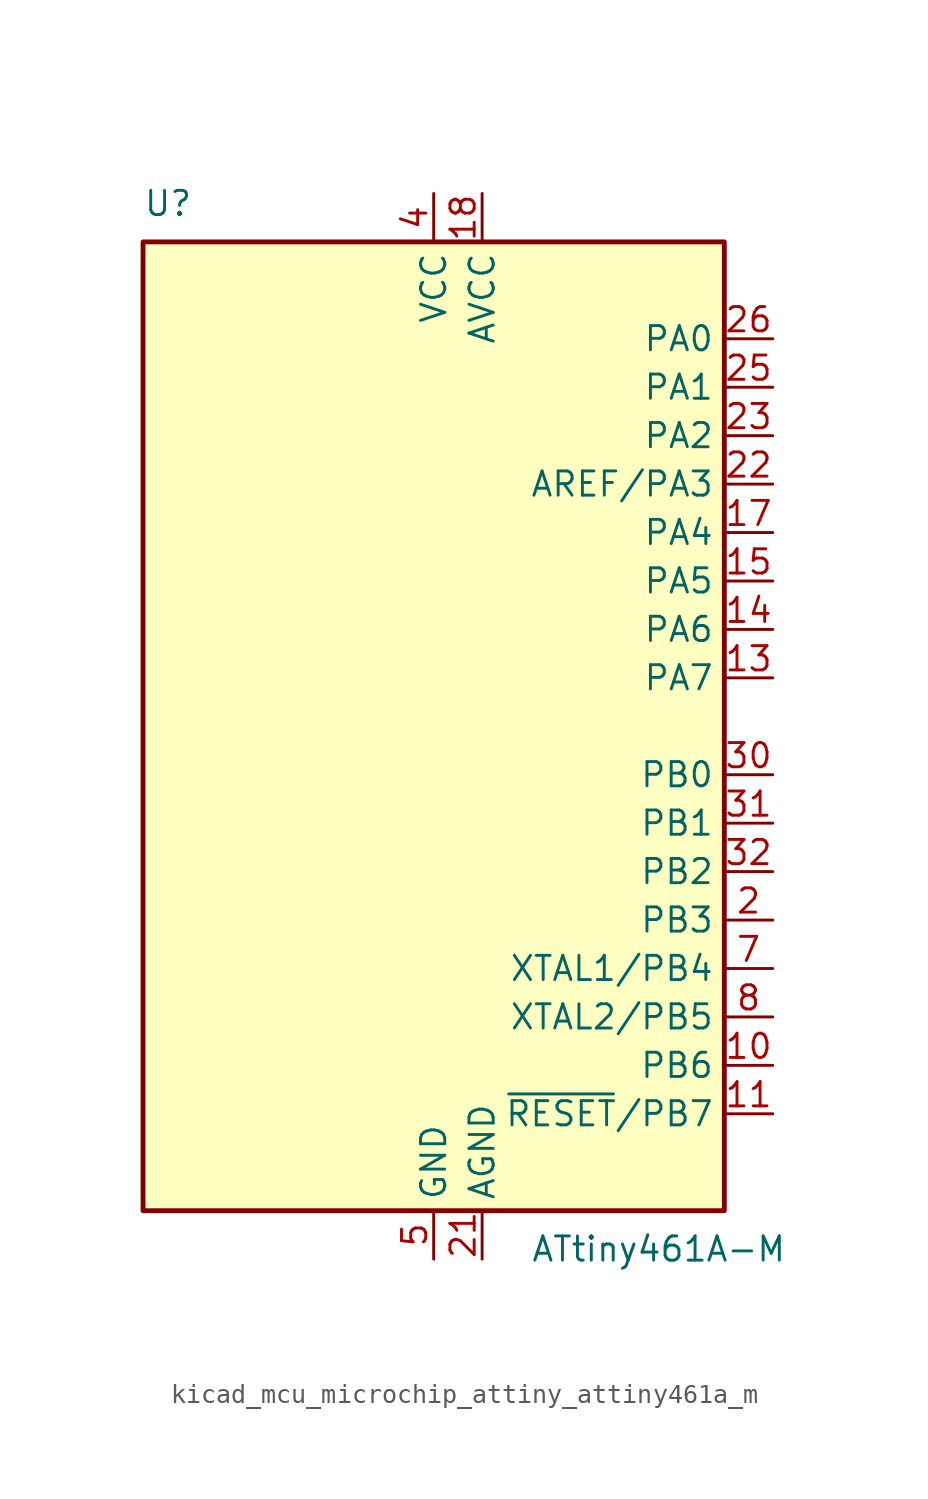
<source format=kicad_sym>
(kicad_symbol_lib
  (version 20220914)
  (generator kicad_symbol_editor)
  (symbol "kicad_mcu_microchip_attiny_attiny461a_m"
    (property "Reference" "U"
      (at -15.24 26.67 0)
      (effects (font (size 1.27 1.27)) (justify left bottom)))
    (property "Value" "ATtiny461A-M"
      (at 5.08 -26.67 0)
      (effects (font (size 1.27 1.27)) (justify left top)))
    (symbol "kicad_mcu_microchip_attiny_attiny461a_m_0_1"
      (rectangle (start -15.24 -25.4) (end 15.24 25.4) (stroke (width 0.254) (type default)) (fill (type background))))
    (symbol "kicad_mcu_microchip_attiny_attiny461a_m_1_1"
      (pin no_connect line (at -15.24 5.08 0) (length 2.54) hide (name "NC" (effects (font (size 1.27 1.27)))) (number "1" (effects (font (size 1.27 1.27)))))
      (pin bidirectional line (at 17.78 -17.78 180) (length 2.54) (name "PB6" (effects (font (size 1.27 1.27)))) (number "10" (effects (font (size 1.27 1.27)))))
      (pin bidirectional line (at 17.78 -20.32 180) (length 2.54) (name "~{RESET}/PB7" (effects (font (size 1.27 1.27)))) (number "11" (effects (font (size 1.27 1.27)))))
      (pin no_connect line (at -15.24 -5.08 0) (length 2.54) hide (name "NC" (effects (font (size 1.27 1.27)))) (number "12" (effects (font (size 1.27 1.27)))))
      (pin bidirectional line (at 17.78 2.54 180) (length 2.54) (name "PA7" (effects (font (size 1.27 1.27)))) (number "13" (effects (font (size 1.27 1.27)))))
      (pin bidirectional line (at 17.78 5.08 180) (length 2.54) (name "PA6" (effects (font (size 1.27 1.27)))) (number "14" (effects (font (size 1.27 1.27)))))
      (pin bidirectional line (at 17.78 7.62 180) (length 2.54) (name "PA5" (effects (font (size 1.27 1.27)))) (number "15" (effects (font (size 1.27 1.27)))))
      (pin no_connect line (at -15.24 -7.62 0) (length 2.54) hide (name "NC" (effects (font (size 1.27 1.27)))) (number "16" (effects (font (size 1.27 1.27)))))
      (pin bidirectional line (at 17.78 10.16 180) (length 2.54) (name "PA4" (effects (font (size 1.27 1.27)))) (number "17" (effects (font (size 1.27 1.27)))))
      (pin power_in line (at 2.54 27.94 270) (length 2.54) (name "AVCC" (effects (font (size 1.27 1.27)))) (number "18" (effects (font (size 1.27 1.27)))))
      (pin no_connect line (at -15.24 -10.16 0) (length 2.54) hide (name "NC" (effects (font (size 1.27 1.27)))) (number "19" (effects (font (size 1.27 1.27)))))
      (pin bidirectional line (at 17.78 -10.16 180) (length 2.54) (name "PB3" (effects (font (size 1.27 1.27)))) (number "2" (effects (font (size 1.27 1.27)))))
      (pin no_connect line (at -15.24 -12.7 0) (length 2.54) hide (name "NC" (effects (font (size 1.27 1.27)))) (number "20" (effects (font (size 1.27 1.27)))))
      (pin power_in line (at 2.54 -27.94 90) (length 2.54) (name "AGND" (effects (font (size 1.27 1.27)))) (number "21" (effects (font (size 1.27 1.27)))))
      (pin bidirectional line (at 17.78 12.7 180) (length 2.54) (name "AREF/PA3" (effects (font (size 1.27 1.27)))) (number "22" (effects (font (size 1.27 1.27)))))
      (pin bidirectional line (at 17.78 15.24 180) (length 2.54) (name "PA2" (effects (font (size 1.27 1.27)))) (number "23" (effects (font (size 1.27 1.27)))))
      (pin no_connect line (at -15.24 -15.24 0) (length 2.54) hide (name "NC" (effects (font (size 1.27 1.27)))) (number "24" (effects (font (size 1.27 1.27)))))
      (pin bidirectional line (at 17.78 17.78 180) (length 2.54) (name "PA1" (effects (font (size 1.27 1.27)))) (number "25" (effects (font (size 1.27 1.27)))))
      (pin bidirectional line (at 17.78 20.32 180) (length 2.54) (name "PA0" (effects (font (size 1.27 1.27)))) (number "26" (effects (font (size 1.27 1.27)))))
      (pin no_connect line (at -15.24 -17.78 0) (length 2.54) hide (name "NC" (effects (font (size 1.27 1.27)))) (number "27" (effects (font (size 1.27 1.27)))))
      (pin no_connect line (at -15.24 -20.32 0) (length 2.54) hide (name "NC" (effects (font (size 1.27 1.27)))) (number "28" (effects (font (size 1.27 1.27)))))
      (pin no_connect line (at -15.24 -22.86 0) (length 2.54) hide (name "NC" (effects (font (size 1.27 1.27)))) (number "29" (effects (font (size 1.27 1.27)))))
      (pin no_connect line (at -15.24 2.54 0) (length 2.54) hide (name "NC" (effects (font (size 1.27 1.27)))) (number "3" (effects (font (size 1.27 1.27)))))
      (pin bidirectional line (at 17.78 -2.54 180) (length 2.54) (name "PB0" (effects (font (size 1.27 1.27)))) (number "30" (effects (font (size 1.27 1.27)))))
      (pin bidirectional line (at 17.78 -5.08 180) (length 2.54) (name "PB1" (effects (font (size 1.27 1.27)))) (number "31" (effects (font (size 1.27 1.27)))))
      (pin bidirectional line (at 17.78 -7.62 180) (length 2.54) (name "PB2" (effects (font (size 1.27 1.27)))) (number "32" (effects (font (size 1.27 1.27)))))
      (pin passive line (at 0 -27.94 90) (length 2.54) hide (name "GND" (effects (font (size 1.27 1.27)))) (number "33" (effects (font (size 1.27 1.27)))))
      (pin power_in line (at 0 27.94 270) (length 2.54) (name "VCC" (effects (font (size 1.27 1.27)))) (number "4" (effects (font (size 1.27 1.27)))))
      (pin power_in line (at 0 -27.94 90) (length 2.54) (name "GND" (effects (font (size 1.27 1.27)))) (number "5" (effects (font (size 1.27 1.27)))))
      (pin no_connect line (at -15.24 0 0) (length 2.54) hide (name "NC" (effects (font (size 1.27 1.27)))) (number "6" (effects (font (size 1.27 1.27)))))
      (pin bidirectional line (at 17.78 -12.7 180) (length 2.54) (name "XTAL1/PB4" (effects (font (size 1.27 1.27)))) (number "7" (effects (font (size 1.27 1.27)))))
      (pin bidirectional line (at 17.78 -15.24 180) (length 2.54) (name "XTAL2/PB5" (effects (font (size 1.27 1.27)))) (number "8" (effects (font (size 1.27 1.27)))))
      (pin no_connect line (at -15.24 -2.54 0) (length 2.54) hide (name "NC" (effects (font (size 1.27 1.27)))) (number "9" (effects (font (size 1.27 1.27))))))))
</source>
